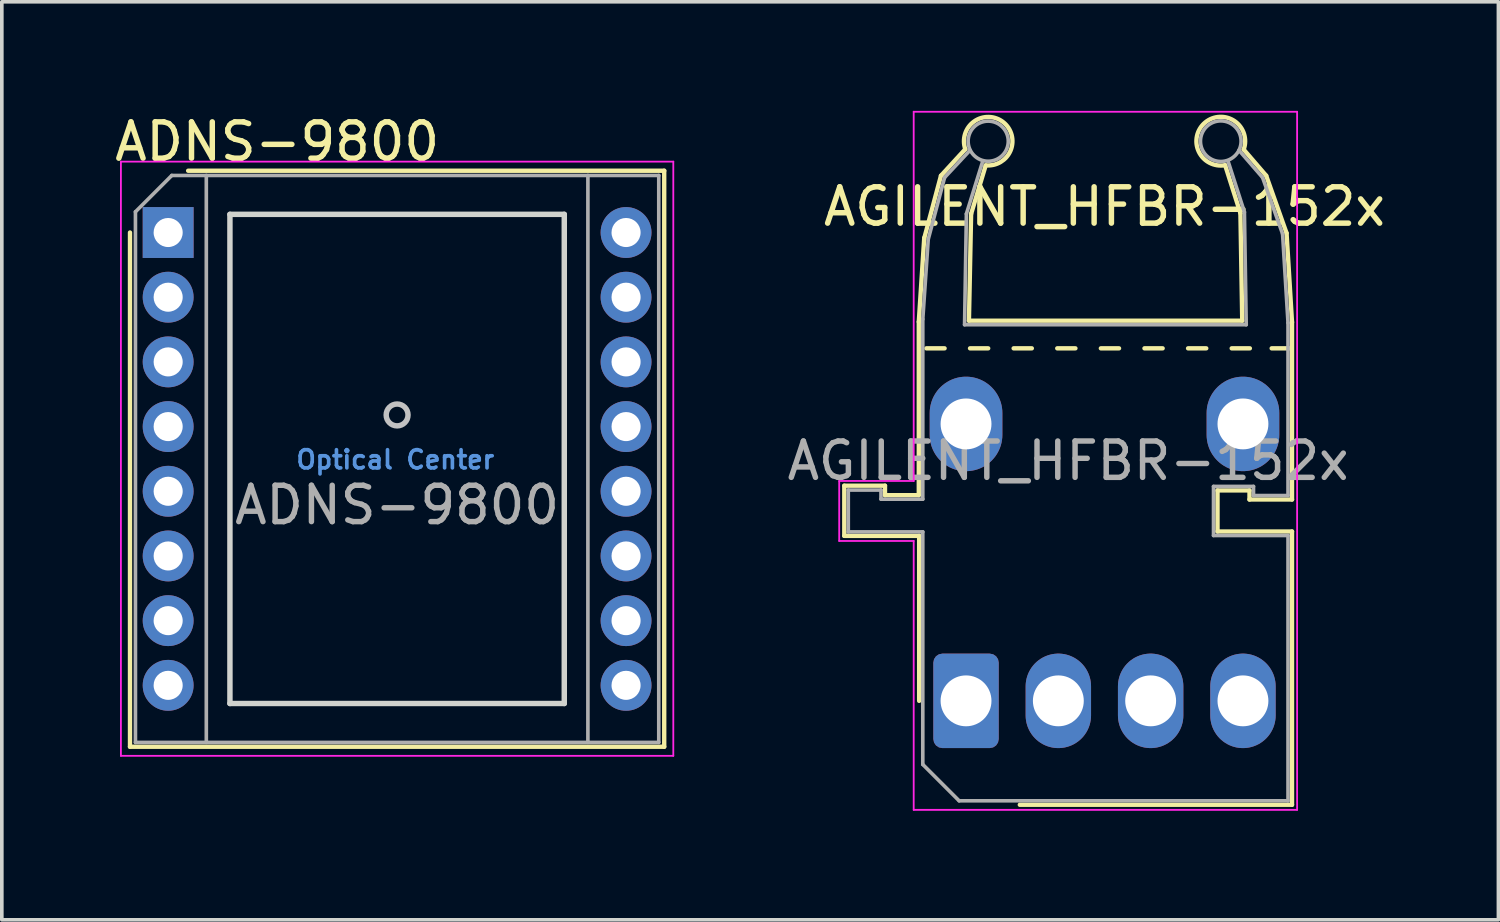
<source format=kicad_pcb>
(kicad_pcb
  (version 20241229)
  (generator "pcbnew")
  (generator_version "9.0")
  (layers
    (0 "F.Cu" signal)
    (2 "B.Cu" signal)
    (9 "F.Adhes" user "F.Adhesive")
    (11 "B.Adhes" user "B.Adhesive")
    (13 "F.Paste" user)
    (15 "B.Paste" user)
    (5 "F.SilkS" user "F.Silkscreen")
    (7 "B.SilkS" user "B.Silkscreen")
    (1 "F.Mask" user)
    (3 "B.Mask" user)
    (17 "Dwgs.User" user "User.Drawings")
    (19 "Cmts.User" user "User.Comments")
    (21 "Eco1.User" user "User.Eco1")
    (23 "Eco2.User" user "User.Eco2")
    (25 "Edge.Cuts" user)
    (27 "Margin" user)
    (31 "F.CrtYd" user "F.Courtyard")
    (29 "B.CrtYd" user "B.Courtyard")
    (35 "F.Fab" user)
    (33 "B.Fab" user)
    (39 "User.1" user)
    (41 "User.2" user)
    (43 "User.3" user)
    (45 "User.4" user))
  (footprint "AGILENT_HFBR-152x"
    (layer "F.Cu")
    (at 23.532 16.235)
    (property "Reference" "AGILENT_HFBR-152x" (at 3.81 -13.6 0) (layer "F.SilkS") (effects (font (size 1 1) (thickness 0.15))))
    (attr through_hole)
    (fp_line (start -3.35 -5.92) (end -2.23 -5.92) (stroke (width 0.12) (type solid)) (layer "F.SilkS"))
    (fp_line (start -3.35 -4.54) (end -3.35 -5.92) (stroke (width 0.12) (type solid)) (layer "F.SilkS"))
    (fp_line (start -2.23 -5.66) (end -2.23 -5.92) (stroke (width 0.12) (type solid)) (layer "F.SilkS"))
    (fp_line (start -2.23 -5.66) (end -1.3 -5.66) (stroke (width 0.12) (type solid)) (layer "F.SilkS"))
    (fp_line (start -1.3 -10.43) (end -1.15 -12.74) (stroke (width 0.12) (type solid)) (layer "F.SilkS"))
    (fp_line (start -1.3 -5.66) (end -1.3 -10.43) (stroke (width 0.12) (type solid)) (layer "F.SilkS"))
    (fp_line (start -1.29 -4.54) (end -3.35 -4.54) (stroke (width 0.12) (type solid)) (layer "F.SilkS"))
    (fp_line (start -1.29 -4.54) (end -1.29 0.000043) (stroke (width 0.12) (type solid)) (layer "F.SilkS"))
    (fp_line (start -1.15 -12.73) (end -0.69 -14.45) (stroke (width 0.12) (type solid)) (layer "F.SilkS"))
    (fp_line (start -0.69 -14.45) (end -0.02 -15.18) (stroke (width 0.12) (type solid)) (layer "F.SilkS"))
    (fp_line (start -0.59 -9.7) (end -1.09 -9.7) (stroke (width 0.12) (type solid)) (layer "F.SilkS"))
    (fp_line (start 0.08 -10.46) (end 0.14 -13.4) (stroke (width 0.12) (type solid)) (layer "F.SilkS"))
    (fp_line (start 0.14 -13.4) (end 0.54 -14.73) (stroke (width 0.12) (type solid)) (layer "F.SilkS"))
    (fp_line (start 0.61 -9.7) (end 0.11 -9.7) (stroke (width 0.12) (type solid)) (layer "F.SilkS"))
    (fp_line (start 1.48 2.86) (end 8.97 2.86) (stroke (width 0.12) (type solid)) (layer "F.SilkS"))
    (fp_line (start 1.81 -9.7) (end 1.31 -9.7) (stroke (width 0.12) (type solid)) (layer "F.SilkS"))
    (fp_line (start 3.01 -9.7) (end 2.51 -9.7) (stroke (width 0.12) (type solid)) (layer "F.SilkS"))
    (fp_line (start 4.21 -9.7) (end 3.71 -9.7) (stroke (width 0.12) (type solid)) (layer "F.SilkS"))
    (fp_line (start 5.41 -9.7) (end 4.91 -9.7) (stroke (width 0.12) (type solid)) (layer "F.SilkS"))
    (fp_line (start 6.61 -9.7) (end 6.11 -9.7) (stroke (width 0.12) (type solid)) (layer "F.SilkS"))
    (fp_line (start 6.92 -5.79) (end 7.8 -5.79) (stroke (width 0.12) (type solid)) (layer "F.SilkS"))
    (fp_line (start 6.92 -4.66) (end 6.92 -5.79) (stroke (width 0.12) (type solid)) (layer "F.SilkS"))
    (fp_line (start 7.55 -13.42) (end 7.13 -14.74) (stroke (width 0.12) (type solid)) (layer "F.SilkS"))
    (fp_line (start 7.6 -10.46) (end 0.08 -10.46) (stroke (width 0.12) (type solid)) (layer "F.SilkS"))
    (fp_line (start 7.6 -10.46) (end 7.55 -13.42) (stroke (width 0.12) (type solid)) (layer "F.SilkS"))
    (fp_line (start 7.8 -5.54) (end 7.8 -5.79) (stroke (width 0.12) (type solid)) (layer "F.SilkS"))
    (fp_line (start 7.8 -5.54) (end 8.97 -5.54) (stroke (width 0.12) (type solid)) (layer "F.SilkS"))
    (fp_line (start 7.81 -9.7) (end 7.31 -9.7) (stroke (width 0.12) (type solid)) (layer "F.SilkS"))
    (fp_line (start 8.26 -14.45) (end 7.64 -15.17) (stroke (width 0.12) (type solid)) (layer "F.SilkS"))
    (fp_line (start 8.82 -12.87) (end 8.26 -14.45) (stroke (width 0.12) (type solid)) (layer "F.SilkS"))
    (fp_line (start 8.91 -9.7) (end 8.41 -9.7) (stroke (width 0.12) (type solid)) (layer "F.SilkS"))
    (fp_line (start 8.97 -10.42) (end 8.82 -12.87) (stroke (width 0.12) (type solid)) (layer "F.SilkS"))
    (fp_line (start 8.97 -5.54) (end 8.97 -10.42) (stroke (width 0.12) (type solid)) (layer "F.SilkS"))
    (fp_line (start 8.97 -4.66) (end 6.92 -4.66) (stroke (width 0.12) (type solid)) (layer "F.SilkS"))
    (fp_line (start 8.97 2.86) (end 8.97 -4.66) (stroke (width 0.12) (type solid)) (layer "F.SilkS"))
    (fp_arc (start -0.02 -15.18) (mid 1.024518 -15.922948) (end 0.53962 -14.736414) (stroke (width 0.12) (type solid)) (layer "F.SilkS"))
    (fp_arc (start 7.129973 -14.740147) (mid 6.577787 -15.912827) (end 7.64 -15.17) (stroke (width 0.12) (type solid)) (layer "F.SilkS"))
    (fp_line (start -3.49 -6.05) (end -3.49 -4.4) (stroke (width 0.05) (type solid)) (layer "F.CrtYd"))
    (fp_line (start -3.49 -4.4) (end -1.44 -4.4) (stroke (width 0.05) (type solid)) (layer "F.CrtYd"))
    (fp_line (start -1.44 -16.21) (end -1.44 -6.05) (stroke (width 0.05) (type solid)) (layer "F.CrtYd"))
    (fp_line (start -1.44 -16.21) (end 9.11 -16.21) (stroke (width 0.05) (type solid)) (layer "F.CrtYd"))
    (fp_line (start -1.44 -6.05) (end -3.49 -6.05) (stroke (width 0.05) (type solid)) (layer "F.CrtYd"))
    (fp_line (start -1.44 -4.4) (end -1.44 3) (stroke (width 0.05) (type solid)) (layer "F.CrtYd"))
    (fp_line (start 9.11 3) (end -1.44 3) (stroke (width 0.05) (type solid)) (layer "F.CrtYd"))
    (fp_line (start 9.11 3) (end 9.11 -16.21) (stroke (width 0.05) (type solid)) (layer "F.CrtYd"))
    (fp_line (start -3.24 -5.8) (end -3.24 -4.65) (stroke (width 0.1) (type solid)) (layer "F.Fab"))
    (fp_line (start -3.24 -4.65) (end -1.19 -4.65) (stroke (width 0.1) (type solid)) (layer "F.Fab"))
    (fp_line (start -2.34 -5.8) (end -3.24 -5.8) (stroke (width 0.1) (type solid)) (layer "F.Fab"))
    (fp_line (start -2.34 -5.55) (end -2.34 -5.8) (stroke (width 0.1) (type solid)) (layer "F.Fab"))
    (fp_line (start -1.19 -10.5) (end -1.19 -5.55) (stroke (width 0.1) (type solid)) (layer "F.Fab"))
    (fp_line (start -1.19 -5.55) (end -2.34 -5.55) (stroke (width 0.1) (type solid)) (layer "F.Fab"))
    (fp_line (start -1.19 -4.65) (end -1.19 1.75) (stroke (width 0.1) (type solid)) (layer "F.Fab"))
    (fp_line (start -1.04 -12.7) (end -1.19 -10.5) (stroke (width 0.1) (type solid)) (layer "F.Fab"))
    (fp_line (start -0.59 -14.4) (end -1.04 -12.7) (stroke (width 0.1) (type solid)) (layer "F.Fab"))
    (fp_line (start -0.19 2.75) (end -1.19 1.75) (stroke (width 0.1) (type solid)) (layer "F.Fab"))
    (fp_line (start -0.19 2.75) (end 8.86 2.75) (stroke (width 0.1) (type solid)) (layer "F.Fab"))
    (fp_line (start -0.04 -10.35) (end 0.01 -13.4) (stroke (width 0.1) (type solid)) (layer "F.Fab"))
    (fp_line (start 0.01 -13.4) (end 0.46 -14.85) (stroke (width 0.1) (type solid)) (layer "F.Fab"))
    (fp_line (start 0.11 -15.15) (end -0.59 -14.4) (stroke (width 0.1) (type solid)) (layer "F.Fab"))
    (fp_line (start 6.81 -5.9) (end 7.91 -5.9) (stroke (width 0.1) (type solid)) (layer "F.Fab"))
    (fp_line (start 6.81 -4.55) (end 6.81 -5.9) (stroke (width 0.1) (type solid)) (layer "F.Fab"))
    (fp_line (start 7.21 -14.85) (end 7.66 -13.45) (stroke (width 0.1) (type solid)) (layer "F.Fab"))
    (fp_line (start 7.66 -13.45) (end 7.71 -10.35) (stroke (width 0.1) (type solid)) (layer "F.Fab"))
    (fp_line (start 7.71 -10.35) (end -0.04 -10.35) (stroke (width 0.1) (type solid)) (layer "F.Fab"))
    (fp_line (start 7.91 -5.9) (end 7.91 -5.65) (stroke (width 0.1) (type solid)) (layer "F.Fab"))
    (fp_line (start 7.91 -5.65) (end 8.86 -5.65) (stroke (width 0.1) (type solid)) (layer "F.Fab"))
    (fp_line (start 8.16 -14.4) (end 7.51 -15.15) (stroke (width 0.1) (type solid)) (layer "F.Fab"))
    (fp_line (start 8.71 -12.85) (end 8.16 -14.4) (stroke (width 0.1) (type solid)) (layer "F.Fab"))
    (fp_line (start 8.86 -10.4) (end 8.71 -12.85) (stroke (width 0.1) (type solid)) (layer "F.Fab"))
    (fp_line (start 8.86 -5.65) (end 8.86 -10.4) (stroke (width 0.1) (type solid)) (layer "F.Fab"))
    (fp_line (start 8.86 -4.55) (end 6.81 -4.55) (stroke (width 0.1) (type solid)) (layer "F.Fab"))
    (fp_line (start 8.86 2.75) (end 8.86 -4.55) (stroke (width 0.1) (type solid)) (layer "F.Fab"))
    (fp_circle (center 0.61 -15.4) (end 0.66 -14.85) (stroke (width 0.1) (type solid)) (fill no) (layer "F.Fab"))
    (fp_circle (center 7.01 -15.4) (end 7.51 -15.15) (stroke (width 0.1) (type solid)) (fill no) (layer "F.Fab"))
    (fp_text user "${REFERENCE}" (at 2.81 -6.605 0) (layer "F.Fab") (effects (font (size 1 1) (thickness 0.15))))
    (pad "1" thru_hole roundrect (at 0 0) (size 1.8 2.6) (drill 1.4) (layers "*.Cu" "*.Mask") (roundrect_rratio 0.139))
    (pad "2" thru_hole oval (at 2.54 0) (size 1.8 2.6) (drill 1.4) (layers "*.Cu" "*.Mask"))
    (pad "3" thru_hole oval (at 5.08 0) (size 1.8 2.6) (drill 1.4) (layers "*.Cu" "*.Mask"))
    (pad "4" thru_hole oval (at 7.62 0) (size 1.8 2.6) (drill 1.4) (layers "*.Cu" "*.Mask"))
    (pad "5" thru_hole oval (at 7.62 -7.62) (size 2 2.6) (drill 1.4) (layers "*.Cu" "*.Mask"))
    (pad "6" thru_hole oval (at 0 -7.62) (size 2 2.6) (drill 1.4) (layers "*.Cu" "*.Mask")))
  (footprint "ADNS-9800"
    (layer "F.Cu")
    (at 1.577 3.348)
    (property "Reference" "ADNS-9800" (at 3 -2.5 180) (layer "F.SilkS") (effects (font (size 1 1) (thickness 0.15))))
    (attr through_hole)
    (fp_line (start -1.05 14.15) (end -1.05 0) (stroke (width 0.12) (type solid)) (layer "F.SilkS"))
    (fp_line (start 0.55 -1.7) (end 13.65 -1.7) (stroke (width 0.12) (type solid)) (layer "F.SilkS"))
    (fp_line (start 13.65 -1.7) (end 13.65 14.15) (stroke (width 0.12) (type solid)) (layer "F.SilkS"))
    (fp_line (start 13.65 14.15) (end -1.05 14.15) (stroke (width 0.12) (type solid)) (layer "F.SilkS"))
    (fp_circle (center 6.3 5.02) (end 6 5) (stroke (width 0.15) (type solid)) (fill no) (layer "Dwgs.User"))
    (fp_line (start 1.7 -0.5) (end 10.9 -0.5) (stroke (width 0.15) (type solid)) (layer "Edge.Cuts"))
    (fp_line (start 1.7 12.96) (end 1.7 -0.5) (stroke (width 0.15) (type solid)) (layer "Edge.Cuts"))
    (fp_line (start 10.9 -0.5) (end 10.9 12.96) (stroke (width 0.15) (type solid)) (layer "Edge.Cuts"))
    (fp_line (start 10.9 12.96) (end 1.7 12.96) (stroke (width 0.15) (type solid)) (layer "Edge.Cuts"))
    (fp_line (start -1.3 -1.95) (end 13.9 -1.95) (stroke (width 0.05) (type solid)) (layer "F.CrtYd"))
    (fp_line (start -1.3 14.4) (end -1.3 -1.95) (stroke (width 0.05) (type solid)) (layer "F.CrtYd"))
    (fp_line (start 13.9 -1.95) (end 13.9 14.4) (stroke (width 0.05) (type solid)) (layer "F.CrtYd"))
    (fp_line (start 13.9 14.4) (end -1.3 14.4) (stroke (width 0.05) (type solid)) (layer "F.CrtYd"))
    (fp_line (start -0.9 14.03) (end -0.9 -0.57) (stroke (width 0.1) (type solid)) (layer "F.Fab"))
    (fp_line (start 0.1 -1.57) (end -0.9 -0.57) (stroke (width 0.1) (type solid)) (layer "F.Fab"))
    (fp_line (start 0.1 -1.57) (end 13.5 -1.57) (stroke (width 0.1) (type solid)) (layer "F.Fab"))
    (fp_line (start 1.05 -1.57) (end 1.05 14.03) (stroke (width 0.1) (type solid)) (layer "F.Fab"))
    (fp_line (start 11.55 -1.57) (end 11.55 14.03) (stroke (width 0.1) (type solid)) (layer "F.Fab"))
    (fp_line (start 13.5 -1.57) (end 13.5 14.03) (stroke (width 0.1) (type solid)) (layer "F.Fab"))
    (fp_line (start 13.5 14.03) (end -0.9 14.03) (stroke (width 0.1) (type solid)) (layer "F.Fab"))
    (fp_text user "Optical Center" (at 6.25 6.25 180) (layer "Cmts.User") (effects (font (size 0.5 0.5) (thickness 0.1))))
    (fp_text user "${REFERENCE}" (at 6.3 7.5 0) (layer "F.Fab") (effects (font (size 1 1) (thickness 0.15))))
    (pad "1" thru_hole rect (at 0 0) (size 1.4 1.4) (drill 0.8) (layers "*.Cu" "*.Mask"))
    (pad "2" thru_hole circle (at 0 1.78) (size 1.4 1.4) (drill 0.8) (layers "*.Cu" "*.Mask"))
    (pad "3" thru_hole circle (at 0 3.56) (size 1.4 1.4) (drill 0.8) (layers "*.Cu" "*.Mask"))
    (pad "4" thru_hole circle (at 0 5.34) (size 1.4 1.4) (drill 0.8) (layers "*.Cu" "*.Mask"))
    (pad "5" thru_hole circle (at 0 7.12) (size 1.4 1.4) (drill 0.8) (layers "*.Cu" "*.Mask"))
    (pad "6" thru_hole circle (at 0 8.9) (size 1.4 1.4) (drill 0.8) (layers "*.Cu" "*.Mask"))
    (pad "7" thru_hole circle (at 0 10.68) (size 1.4 1.4) (drill 0.8) (layers "*.Cu" "*.Mask"))
    (pad "8" thru_hole circle (at 0 12.46) (size 1.4 1.4) (drill 0.8) (layers "*.Cu" "*.Mask"))
    (pad "9" thru_hole circle (at 12.6 12.46) (size 1.4 1.4) (drill 0.8) (layers "*.Cu" "*.Mask"))
    (pad "10" thru_hole circle (at 12.6 10.68) (size 1.4 1.4) (drill 0.8) (layers "*.Cu" "*.Mask"))
    (pad "11" thru_hole circle (at 12.6 8.9) (size 1.4 1.4) (drill 0.8) (layers "*.Cu" "*.Mask"))
    (pad "12" thru_hole circle (at 12.6 7.12) (size 1.4 1.4) (drill 0.8) (layers "*.Cu" "*.Mask"))
    (pad "13" thru_hole circle (at 12.6 5.34) (size 1.4 1.4) (drill 0.8) (layers "*.Cu" "*.Mask"))
    (pad "14" thru_hole circle (at 12.6 3.56) (size 1.4 1.4) (drill 0.8) (layers "*.Cu" "*.Mask"))
    (pad "15" thru_hole circle (at 12.6 1.78) (size 1.4 1.4) (drill 0.8) (layers "*.Cu" "*.Mask"))
    (pad "16" thru_hole circle (at 12.6 0) (size 1.4 1.4) (drill 0.8) (layers "*.Cu" "*.Mask")))
  (gr_rect
    (start -3 -3)
    (end 38.181 22.26)
    (stroke (width 0.1) (type default))
    (fill no)
    (layer "Edge.Cuts")))
</source>
